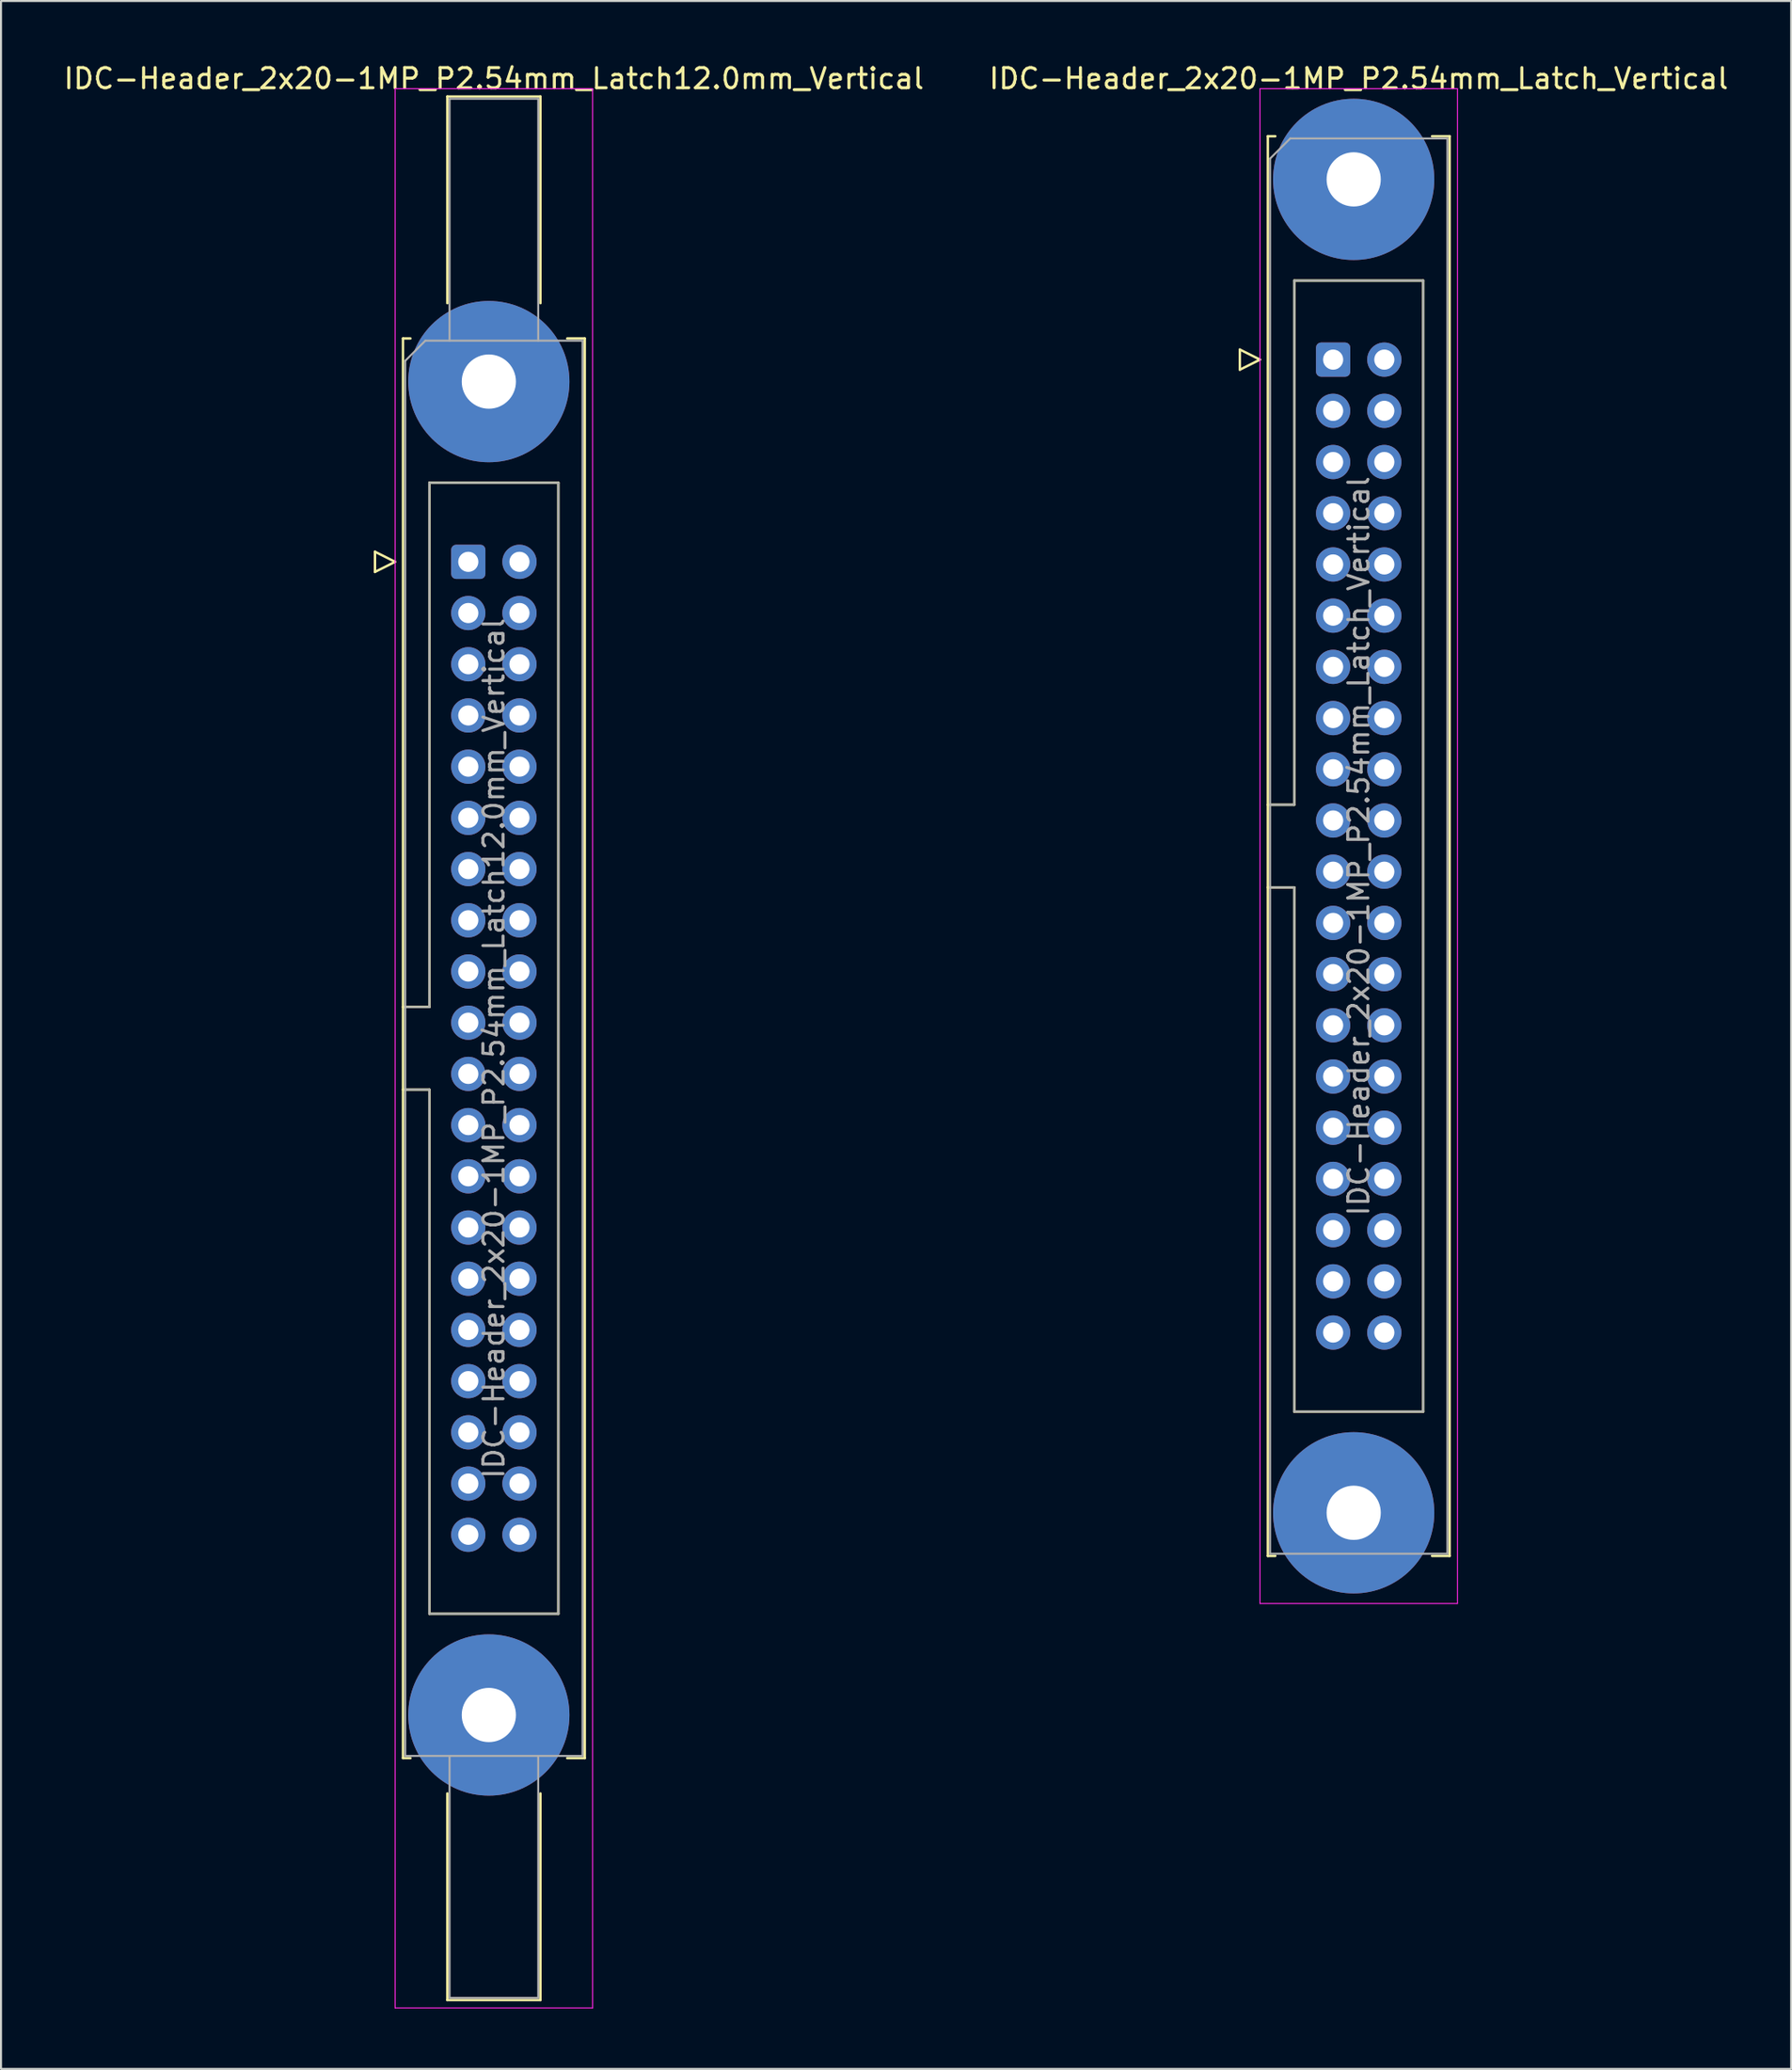
<source format=kicad_pcb>
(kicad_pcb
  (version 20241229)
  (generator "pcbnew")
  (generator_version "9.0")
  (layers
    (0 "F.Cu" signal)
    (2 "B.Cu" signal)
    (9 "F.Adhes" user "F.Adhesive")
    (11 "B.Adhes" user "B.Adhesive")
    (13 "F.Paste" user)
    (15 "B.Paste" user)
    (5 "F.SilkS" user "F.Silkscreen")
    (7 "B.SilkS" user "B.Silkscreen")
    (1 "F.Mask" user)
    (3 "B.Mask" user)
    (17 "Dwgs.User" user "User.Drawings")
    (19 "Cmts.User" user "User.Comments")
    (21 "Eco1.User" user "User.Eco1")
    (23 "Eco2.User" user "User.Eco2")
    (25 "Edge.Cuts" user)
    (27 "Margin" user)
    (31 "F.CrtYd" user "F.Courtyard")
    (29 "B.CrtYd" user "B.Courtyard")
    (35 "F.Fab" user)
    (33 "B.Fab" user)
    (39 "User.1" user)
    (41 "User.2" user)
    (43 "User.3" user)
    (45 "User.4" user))
  (footprint "IDC-Header_2x20-1MP_P2.54mm_Latch_Vertical"
    (layer "F.Cu")
    (at 63.105 14.788)
    (property "Reference" "IDC-Header_2x20-1MP_P2.54mm_Latch_Vertical" (at 1.27 -13.94 0) (layer "F.SilkS") (effects (font (size 1 1) (thickness 0.15))))
    (attr through_hole)
    (fp_line (start -4.63 -0.5) (end -4.63 0.5) (stroke (width 0.12) (type solid)) (layer "F.SilkS"))
    (fp_line (start -4.63 0.5) (end -3.63 0) (stroke (width 0.12) (type solid)) (layer "F.SilkS"))
    (fp_line (start -3.63 0) (end -4.63 -0.5) (stroke (width 0.12) (type solid)) (layer "F.SilkS"))
    (fp_line (start -3.24 -11.08) (end -3.24 59.34) (stroke (width 0.12) (type solid)) (layer "F.SilkS"))
    (fp_line (start -3.24 22.08) (end -1.93 22.08) (stroke (width 0.12) (type solid)) (layer "F.SilkS"))
    (fp_line (start -3.24 59.34) (end -2.87 59.34) (stroke (width 0.12) (type solid)) (layer "F.SilkS"))
    (fp_line (start -2.87 -11.08) (end -3.24 -11.08) (stroke (width 0.12) (type solid)) (layer "F.SilkS"))
    (fp_line (start -1.93 -3.92) (end 4.47 -3.92) (stroke (width 0.12) (type solid)) (layer "F.SilkS"))
    (fp_line (start -1.93 22.08) (end -1.93 -3.92) (stroke (width 0.12) (type solid)) (layer "F.SilkS"))
    (fp_line (start -1.93 26.18) (end -3.24 26.18) (stroke (width 0.12) (type solid)) (layer "F.SilkS"))
    (fp_line (start -1.93 52.18) (end -1.93 26.18) (stroke (width 0.12) (type solid)) (layer "F.SilkS"))
    (fp_line (start 4.47 -3.92) (end 4.47 52.18) (stroke (width 0.12) (type solid)) (layer "F.SilkS"))
    (fp_line (start 4.47 52.18) (end -1.93 52.18) (stroke (width 0.12) (type solid)) (layer "F.SilkS"))
    (fp_line (start 4.91 -11.08) (end 5.78 -11.08) (stroke (width 0.12) (type solid)) (layer "F.SilkS"))
    (fp_line (start 5.78 -11.08) (end 5.78 59.34) (stroke (width 0.12) (type solid)) (layer "F.SilkS"))
    (fp_line (start 5.78 59.34) (end 4.91 59.34) (stroke (width 0.12) (type solid)) (layer "F.SilkS"))
    (fp_line (start -3.63 -13.44) (end -3.63 61.7) (stroke (width 0.05) (type solid)) (layer "F.CrtYd"))
    (fp_line (start -3.63 61.7) (end 6.17 61.7) (stroke (width 0.05) (type solid)) (layer "F.CrtYd"))
    (fp_line (start 6.17 -13.44) (end -3.63 -13.44) (stroke (width 0.05) (type solid)) (layer "F.CrtYd"))
    (fp_line (start 6.17 61.7) (end 6.17 -13.44) (stroke (width 0.05) (type solid)) (layer "F.CrtYd"))
    (fp_line (start -3.13 -9.97) (end -2.13 -10.97) (stroke (width 0.1) (type solid)) (layer "F.Fab"))
    (fp_line (start -3.13 22.08) (end -1.93 22.08) (stroke (width 0.1) (type solid)) (layer "F.Fab"))
    (fp_line (start -3.13 59.23) (end -3.13 -9.97) (stroke (width 0.1) (type solid)) (layer "F.Fab"))
    (fp_line (start -2.13 -10.97) (end 5.67 -10.97) (stroke (width 0.1) (type solid)) (layer "F.Fab"))
    (fp_line (start -1.93 -3.92) (end 4.47 -3.92) (stroke (width 0.1) (type solid)) (layer "F.Fab"))
    (fp_line (start -1.93 22.08) (end -1.93 -3.92) (stroke (width 0.1) (type solid)) (layer "F.Fab"))
    (fp_line (start -1.93 26.18) (end -3.13 26.18) (stroke (width 0.1) (type solid)) (layer "F.Fab"))
    (fp_line (start -1.93 52.18) (end -1.93 26.18) (stroke (width 0.1) (type solid)) (layer "F.Fab"))
    (fp_line (start 4.47 -3.92) (end 4.47 52.18) (stroke (width 0.1) (type solid)) (layer "F.Fab"))
    (fp_line (start 4.47 52.18) (end -1.93 52.18) (stroke (width 0.1) (type solid)) (layer "F.Fab"))
    (fp_line (start 5.67 -10.97) (end 5.67 59.23) (stroke (width 0.1) (type solid)) (layer "F.Fab"))
    (fp_line (start 5.67 59.23) (end -3.13 59.23) (stroke (width 0.1) (type solid)) (layer "F.Fab"))
    (fp_text user "${REFERENCE}" (at 1.27 24.13 90) (layer "F.Fab") (effects (font (size 1 1) (thickness 0.15))))
    (pad "1" thru_hole roundrect (at 0 0) (size 1.7 1.7) (drill 1) (layers "*.Cu" "*.Mask") (roundrect_rratio 0.147))
    (pad "2" thru_hole circle (at 2.54 0) (size 1.7 1.7) (drill 1) (layers "*.Cu" "*.Mask"))
    (pad "3" thru_hole circle (at 0 2.54) (size 1.7 1.7) (drill 1) (layers "*.Cu" "*.Mask"))
    (pad "4" thru_hole circle (at 2.54 2.54) (size 1.7 1.7) (drill 1) (layers "*.Cu" "*.Mask"))
    (pad "5" thru_hole circle (at 0 5.08) (size 1.7 1.7) (drill 1) (layers "*.Cu" "*.Mask"))
    (pad "6" thru_hole circle (at 2.54 5.08) (size 1.7 1.7) (drill 1) (layers "*.Cu" "*.Mask"))
    (pad "7" thru_hole circle (at 0 7.62) (size 1.7 1.7) (drill 1) (layers "*.Cu" "*.Mask"))
    (pad "8" thru_hole circle (at 2.54 7.62) (size 1.7 1.7) (drill 1) (layers "*.Cu" "*.Mask"))
    (pad "9" thru_hole circle (at 0 10.16) (size 1.7 1.7) (drill 1) (layers "*.Cu" "*.Mask"))
    (pad "10" thru_hole circle (at 2.54 10.16) (size 1.7 1.7) (drill 1) (layers "*.Cu" "*.Mask"))
    (pad "11" thru_hole circle (at 0 12.7) (size 1.7 1.7) (drill 1) (layers "*.Cu" "*.Mask"))
    (pad "12" thru_hole circle (at 2.54 12.7) (size 1.7 1.7) (drill 1) (layers "*.Cu" "*.Mask"))
    (pad "13" thru_hole circle (at 0 15.24) (size 1.7 1.7) (drill 1) (layers "*.Cu" "*.Mask"))
    (pad "14" thru_hole circle (at 2.54 15.24) (size 1.7 1.7) (drill 1) (layers "*.Cu" "*.Mask"))
    (pad "15" thru_hole circle (at 0 17.78) (size 1.7 1.7) (drill 1) (layers "*.Cu" "*.Mask"))
    (pad "16" thru_hole circle (at 2.54 17.78) (size 1.7 1.7) (drill 1) (layers "*.Cu" "*.Mask"))
    (pad "17" thru_hole circle (at 0 20.32) (size 1.7 1.7) (drill 1) (layers "*.Cu" "*.Mask"))
    (pad "18" thru_hole circle (at 2.54 20.32) (size 1.7 1.7) (drill 1) (layers "*.Cu" "*.Mask"))
    (pad "19" thru_hole circle (at 0 22.86) (size 1.7 1.7) (drill 1) (layers "*.Cu" "*.Mask"))
    (pad "20" thru_hole circle (at 2.54 22.86) (size 1.7 1.7) (drill 1) (layers "*.Cu" "*.Mask"))
    (pad "21" thru_hole circle (at 0 25.4) (size 1.7 1.7) (drill 1) (layers "*.Cu" "*.Mask"))
    (pad "22" thru_hole circle (at 2.54 25.4) (size 1.7 1.7) (drill 1) (layers "*.Cu" "*.Mask"))
    (pad "23" thru_hole circle (at 0 27.94) (size 1.7 1.7) (drill 1) (layers "*.Cu" "*.Mask"))
    (pad "24" thru_hole circle (at 2.54 27.94) (size 1.7 1.7) (drill 1) (layers "*.Cu" "*.Mask"))
    (pad "25" thru_hole circle (at 0 30.48) (size 1.7 1.7) (drill 1) (layers "*.Cu" "*.Mask"))
    (pad "26" thru_hole circle (at 2.54 30.48) (size 1.7 1.7) (drill 1) (layers "*.Cu" "*.Mask"))
    (pad "27" thru_hole circle (at 0 33.02) (size 1.7 1.7) (drill 1) (layers "*.Cu" "*.Mask"))
    (pad "28" thru_hole circle (at 2.54 33.02) (size 1.7 1.7) (drill 1) (layers "*.Cu" "*.Mask"))
    (pad "29" thru_hole circle (at 0 35.56) (size 1.7 1.7) (drill 1) (layers "*.Cu" "*.Mask"))
    (pad "30" thru_hole circle (at 2.54 35.56) (size 1.7 1.7) (drill 1) (layers "*.Cu" "*.Mask"))
    (pad "31" thru_hole circle (at 0 38.1) (size 1.7 1.7) (drill 1) (layers "*.Cu" "*.Mask"))
    (pad "32" thru_hole circle (at 2.54 38.1) (size 1.7 1.7) (drill 1) (layers "*.Cu" "*.Mask"))
    (pad "33" thru_hole circle (at 0 40.64) (size 1.7 1.7) (drill 1) (layers "*.Cu" "*.Mask"))
    (pad "34" thru_hole circle (at 2.54 40.64) (size 1.7 1.7) (drill 1) (layers "*.Cu" "*.Mask"))
    (pad "35" thru_hole circle (at 0 43.18) (size 1.7 1.7) (drill 1) (layers "*.Cu" "*.Mask"))
    (pad "36" thru_hole circle (at 2.54 43.18) (size 1.7 1.7) (drill 1) (layers "*.Cu" "*.Mask"))
    (pad "37" thru_hole circle (at 0 45.72) (size 1.7 1.7) (drill 1) (layers "*.Cu" "*.Mask"))
    (pad "38" thru_hole circle (at 2.54 45.72) (size 1.7 1.7) (drill 1) (layers "*.Cu" "*.Mask"))
    (pad "39" thru_hole circle (at 0 48.26) (size 1.7 1.7) (drill 1) (layers "*.Cu" "*.Mask"))
    (pad "40" thru_hole circle (at 2.54 48.26) (size 1.7 1.7) (drill 1) (layers "*.Cu" "*.Mask"))
    (pad "MP" thru_hole circle (at 1.02 -8.94) (size 8 8) (drill 2.69) (layers "*.Cu" "*.Mask"))
    (pad "MP" thru_hole circle (at 1.02 57.2) (size 8 8) (drill 2.69) (layers "*.Cu" "*.Mask")))
  (footprint "IDC-Header_2x20-1MP_P2.54mm_Latch12.0mm_Vertical"
    (layer "F.Cu")
    (at 20.188 24.818)
    (property "Reference" "IDC-Header_2x20-1MP_P2.54mm_Latch12.0mm_Vertical" (at 1.27 -23.97 0) (layer "F.SilkS") (effects (font (size 1 1) (thickness 0.15))))
    (attr through_hole)
    (fp_line (start -4.63 -0.5) (end -4.63 0.5) (stroke (width 0.12) (type solid)) (layer "F.SilkS"))
    (fp_line (start -4.63 0.5) (end -3.63 0) (stroke (width 0.12) (type solid)) (layer "F.SilkS"))
    (fp_line (start -3.63 0) (end -4.63 -0.5) (stroke (width 0.12) (type solid)) (layer "F.SilkS"))
    (fp_line (start -3.24 -11.08) (end -3.24 59.34) (stroke (width 0.12) (type solid)) (layer "F.SilkS"))
    (fp_line (start -3.24 22.08) (end -1.93 22.08) (stroke (width 0.12) (type solid)) (layer "F.SilkS"))
    (fp_line (start -3.24 59.34) (end -2.87 59.34) (stroke (width 0.12) (type solid)) (layer "F.SilkS"))
    (fp_line (start -2.87 -11.08) (end -3.24 -11.08) (stroke (width 0.12) (type solid)) (layer "F.SilkS"))
    (fp_line (start -1.93 -3.92) (end 4.47 -3.92) (stroke (width 0.12) (type solid)) (layer "F.SilkS"))
    (fp_line (start -1.93 22.08) (end -1.93 -3.92) (stroke (width 0.12) (type solid)) (layer "F.SilkS"))
    (fp_line (start -1.93 26.18) (end -3.24 26.18) (stroke (width 0.12) (type solid)) (layer "F.SilkS"))
    (fp_line (start -1.93 52.18) (end -1.93 26.18) (stroke (width 0.12) (type solid)) (layer "F.SilkS"))
    (fp_line (start -1.04 -23.08) (end 3.58 -23.08) (stroke (width 0.12) (type solid)) (layer "F.SilkS"))
    (fp_line (start -1.04 -12.83) (end -1.04 -23.08) (stroke (width 0.12) (type solid)) (layer "F.SilkS"))
    (fp_line (start -1.04 61.09) (end -1.04 71.34) (stroke (width 0.12) (type solid)) (layer "F.SilkS"))
    (fp_line (start -1.04 71.34) (end 3.58 71.34) (stroke (width 0.12) (type solid)) (layer "F.SilkS"))
    (fp_line (start 3.58 -23.08) (end 3.58 -12.83) (stroke (width 0.12) (type solid)) (layer "F.SilkS"))
    (fp_line (start 3.58 71.34) (end 3.58 61.09) (stroke (width 0.12) (type solid)) (layer "F.SilkS"))
    (fp_line (start 4.47 -3.92) (end 4.47 52.18) (stroke (width 0.12) (type solid)) (layer "F.SilkS"))
    (fp_line (start 4.47 52.18) (end -1.93 52.18) (stroke (width 0.12) (type solid)) (layer "F.SilkS"))
    (fp_line (start 4.91 -11.08) (end 5.78 -11.08) (stroke (width 0.12) (type solid)) (layer "F.SilkS"))
    (fp_line (start 5.78 -11.08) (end 5.78 59.34) (stroke (width 0.12) (type solid)) (layer "F.SilkS"))
    (fp_line (start 5.78 59.34) (end 4.91 59.34) (stroke (width 0.12) (type solid)) (layer "F.SilkS"))
    (fp_line (start -3.63 -23.47) (end -3.63 71.73) (stroke (width 0.05) (type solid)) (layer "F.CrtYd"))
    (fp_line (start -3.63 71.73) (end 6.17 71.73) (stroke (width 0.05) (type solid)) (layer "F.CrtYd"))
    (fp_line (start 6.17 -23.47) (end -3.63 -23.47) (stroke (width 0.05) (type solid)) (layer "F.CrtYd"))
    (fp_line (start 6.17 71.73) (end 6.17 -23.47) (stroke (width 0.05) (type solid)) (layer "F.CrtYd"))
    (fp_line (start -3.13 -9.97) (end -2.13 -10.97) (stroke (width 0.1) (type solid)) (layer "F.Fab"))
    (fp_line (start -3.13 22.08) (end -1.93 22.08) (stroke (width 0.1) (type solid)) (layer "F.Fab"))
    (fp_line (start -3.13 59.23) (end -3.13 -9.97) (stroke (width 0.1) (type solid)) (layer "F.Fab"))
    (fp_line (start -2.13 -10.97) (end 5.67 -10.97) (stroke (width 0.1) (type solid)) (layer "F.Fab"))
    (fp_line (start -1.93 -3.92) (end 4.47 -3.92) (stroke (width 0.1) (type solid)) (layer "F.Fab"))
    (fp_line (start -1.93 22.08) (end -1.93 -3.92) (stroke (width 0.1) (type solid)) (layer "F.Fab"))
    (fp_line (start -1.93 26.18) (end -3.13 26.18) (stroke (width 0.1) (type solid)) (layer "F.Fab"))
    (fp_line (start -1.93 52.18) (end -1.93 26.18) (stroke (width 0.1) (type solid)) (layer "F.Fab"))
    (fp_line (start -0.93 -22.97) (end 3.47 -22.97) (stroke (width 0.1) (type solid)) (layer "F.Fab"))
    (fp_line (start -0.93 -10.97) (end -0.93 -22.97) (stroke (width 0.1) (type solid)) (layer "F.Fab"))
    (fp_line (start -0.93 59.23) (end -0.93 71.23) (stroke (width 0.1) (type solid)) (layer "F.Fab"))
    (fp_line (start -0.93 71.23) (end 3.47 71.23) (stroke (width 0.1) (type solid)) (layer "F.Fab"))
    (fp_line (start 3.47 -22.97) (end 3.47 -10.97) (stroke (width 0.1) (type solid)) (layer "F.Fab"))
    (fp_line (start 3.47 71.23) (end 3.47 59.23) (stroke (width 0.1) (type solid)) (layer "F.Fab"))
    (fp_line (start 4.47 -3.92) (end 4.47 52.18) (stroke (width 0.1) (type solid)) (layer "F.Fab"))
    (fp_line (start 4.47 52.18) (end -1.93 52.18) (stroke (width 0.1) (type solid)) (layer "F.Fab"))
    (fp_line (start 5.67 -10.97) (end 5.67 59.23) (stroke (width 0.1) (type solid)) (layer "F.Fab"))
    (fp_line (start 5.67 59.23) (end -3.13 59.23) (stroke (width 0.1) (type solid)) (layer "F.Fab"))
    (fp_text user "${REFERENCE}" (at 1.27 24.13 90) (layer "F.Fab") (effects (font (size 1 1) (thickness 0.15))))
    (pad "1" thru_hole roundrect (at 0 0) (size 1.7 1.7) (drill 1) (layers "*.Cu" "*.Mask") (roundrect_rratio 0.147))
    (pad "2" thru_hole circle (at 2.54 0) (size 1.7 1.7) (drill 1) (layers "*.Cu" "*.Mask"))
    (pad "3" thru_hole circle (at 0 2.54) (size 1.7 1.7) (drill 1) (layers "*.Cu" "*.Mask"))
    (pad "4" thru_hole circle (at 2.54 2.54) (size 1.7 1.7) (drill 1) (layers "*.Cu" "*.Mask"))
    (pad "5" thru_hole circle (at 0 5.08) (size 1.7 1.7) (drill 1) (layers "*.Cu" "*.Mask"))
    (pad "6" thru_hole circle (at 2.54 5.08) (size 1.7 1.7) (drill 1) (layers "*.Cu" "*.Mask"))
    (pad "7" thru_hole circle (at 0 7.62) (size 1.7 1.7) (drill 1) (layers "*.Cu" "*.Mask"))
    (pad "8" thru_hole circle (at 2.54 7.62) (size 1.7 1.7) (drill 1) (layers "*.Cu" "*.Mask"))
    (pad "9" thru_hole circle (at 0 10.16) (size 1.7 1.7) (drill 1) (layers "*.Cu" "*.Mask"))
    (pad "10" thru_hole circle (at 2.54 10.16) (size 1.7 1.7) (drill 1) (layers "*.Cu" "*.Mask"))
    (pad "11" thru_hole circle (at 0 12.7) (size 1.7 1.7) (drill 1) (layers "*.Cu" "*.Mask"))
    (pad "12" thru_hole circle (at 2.54 12.7) (size 1.7 1.7) (drill 1) (layers "*.Cu" "*.Mask"))
    (pad "13" thru_hole circle (at 0 15.24) (size 1.7 1.7) (drill 1) (layers "*.Cu" "*.Mask"))
    (pad "14" thru_hole circle (at 2.54 15.24) (size 1.7 1.7) (drill 1) (layers "*.Cu" "*.Mask"))
    (pad "15" thru_hole circle (at 0 17.78) (size 1.7 1.7) (drill 1) (layers "*.Cu" "*.Mask"))
    (pad "16" thru_hole circle (at 2.54 17.78) (size 1.7 1.7) (drill 1) (layers "*.Cu" "*.Mask"))
    (pad "17" thru_hole circle (at 0 20.32) (size 1.7 1.7) (drill 1) (layers "*.Cu" "*.Mask"))
    (pad "18" thru_hole circle (at 2.54 20.32) (size 1.7 1.7) (drill 1) (layers "*.Cu" "*.Mask"))
    (pad "19" thru_hole circle (at 0 22.86) (size 1.7 1.7) (drill 1) (layers "*.Cu" "*.Mask"))
    (pad "20" thru_hole circle (at 2.54 22.86) (size 1.7 1.7) (drill 1) (layers "*.Cu" "*.Mask"))
    (pad "21" thru_hole circle (at 0 25.4) (size 1.7 1.7) (drill 1) (layers "*.Cu" "*.Mask"))
    (pad "22" thru_hole circle (at 2.54 25.4) (size 1.7 1.7) (drill 1) (layers "*.Cu" "*.Mask"))
    (pad "23" thru_hole circle (at 0 27.94) (size 1.7 1.7) (drill 1) (layers "*.Cu" "*.Mask"))
    (pad "24" thru_hole circle (at 2.54 27.94) (size 1.7 1.7) (drill 1) (layers "*.Cu" "*.Mask"))
    (pad "25" thru_hole circle (at 0 30.48) (size 1.7 1.7) (drill 1) (layers "*.Cu" "*.Mask"))
    (pad "26" thru_hole circle (at 2.54 30.48) (size 1.7 1.7) (drill 1) (layers "*.Cu" "*.Mask"))
    (pad "27" thru_hole circle (at 0 33.02) (size 1.7 1.7) (drill 1) (layers "*.Cu" "*.Mask"))
    (pad "28" thru_hole circle (at 2.54 33.02) (size 1.7 1.7) (drill 1) (layers "*.Cu" "*.Mask"))
    (pad "29" thru_hole circle (at 0 35.56) (size 1.7 1.7) (drill 1) (layers "*.Cu" "*.Mask"))
    (pad "30" thru_hole circle (at 2.54 35.56) (size 1.7 1.7) (drill 1) (layers "*.Cu" "*.Mask"))
    (pad "31" thru_hole circle (at 0 38.1) (size 1.7 1.7) (drill 1) (layers "*.Cu" "*.Mask"))
    (pad "32" thru_hole circle (at 2.54 38.1) (size 1.7 1.7) (drill 1) (layers "*.Cu" "*.Mask"))
    (pad "33" thru_hole circle (at 0 40.64) (size 1.7 1.7) (drill 1) (layers "*.Cu" "*.Mask"))
    (pad "34" thru_hole circle (at 2.54 40.64) (size 1.7 1.7) (drill 1) (layers "*.Cu" "*.Mask"))
    (pad "35" thru_hole circle (at 0 43.18) (size 1.7 1.7) (drill 1) (layers "*.Cu" "*.Mask"))
    (pad "36" thru_hole circle (at 2.54 43.18) (size 1.7 1.7) (drill 1) (layers "*.Cu" "*.Mask"))
    (pad "37" thru_hole circle (at 0 45.72) (size 1.7 1.7) (drill 1) (layers "*.Cu" "*.Mask"))
    (pad "38" thru_hole circle (at 2.54 45.72) (size 1.7 1.7) (drill 1) (layers "*.Cu" "*.Mask"))
    (pad "39" thru_hole circle (at 0 48.26) (size 1.7 1.7) (drill 1) (layers "*.Cu" "*.Mask"))
    (pad "40" thru_hole circle (at 2.54 48.26) (size 1.7 1.7) (drill 1) (layers "*.Cu" "*.Mask"))
    (pad "MP" thru_hole circle (at 1.02 -8.94) (size 8 8) (drill 2.69) (layers "*.Cu" "*.Mask"))
    (pad "MP" thru_hole circle (at 1.02 57.2) (size 8 8) (drill 2.69) (layers "*.Cu" "*.Mask")))
  (gr_rect
    (start -3 -3)
    (end 85.833 99.573)
    (stroke (width 0.1) (type default))
    (fill no)
    (layer "Edge.Cuts")))
</source>
